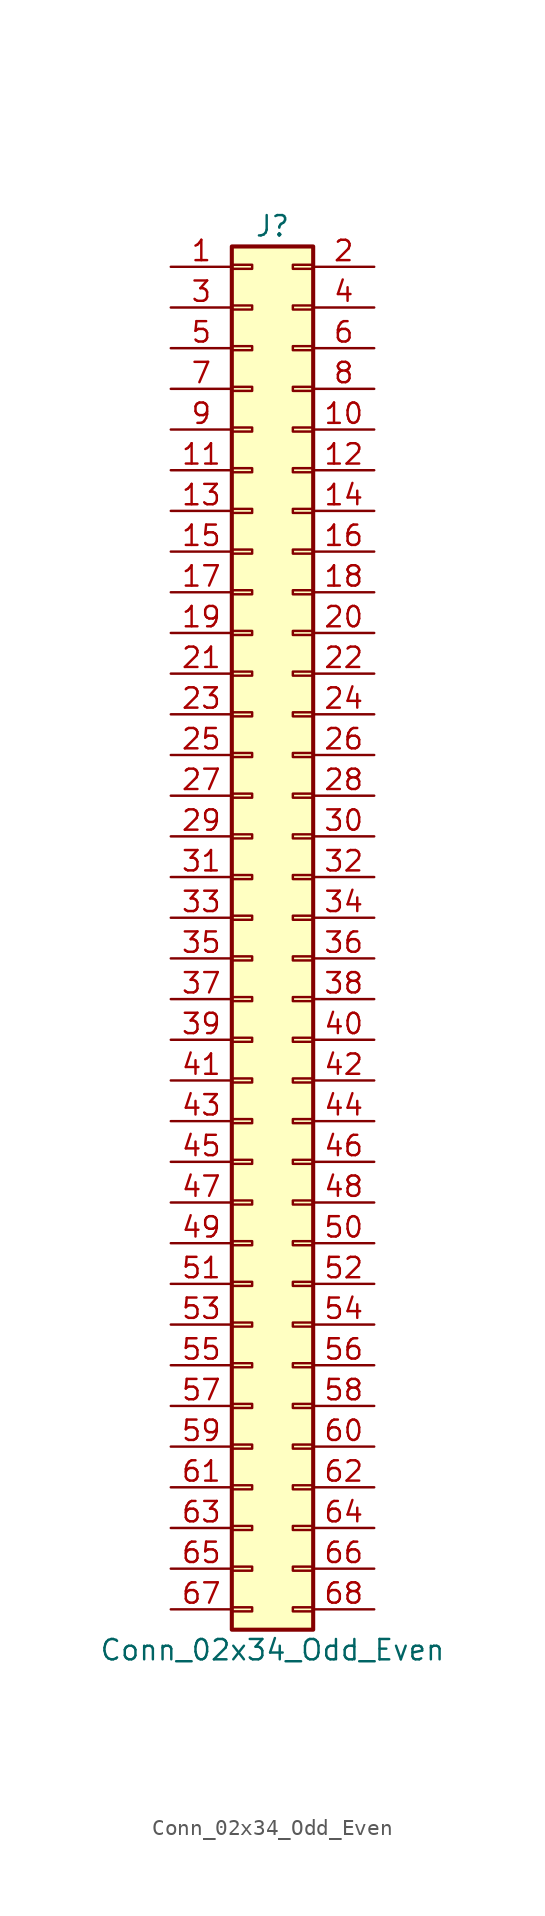
<source format=kicad_sym>
(kicad_symbol_lib
  (version 20201005)
  (generator kicad_symbol_editor)
  (symbol "Connector_Generic:Conn_02x34_Odd_Even"
    (pin_names
      (offset 1.016) hide)
    (property "Reference" "J"
      (at 1.27 43.18 0)
      (effects (font (size 1.27 1.27))))
    (property "Value" "Conn_02x34_Odd_Even"
      (at 1.27 -45.72 0)
      (effects (font (size 1.27 1.27))))
    (symbol "Conn_02x34_Odd_Even_1_1"
      (rectangle (start -1.27 -27.813) (end 0 -28.067) (stroke (width 0.152)) (fill (type none)))
      (rectangle (start -1.27 -30.353) (end 0 -30.607) (stroke (width 0.152)) (fill (type none)))
      (rectangle (start -1.27 -32.893) (end 0 -33.147) (stroke (width 0.152)) (fill (type none)))
      (rectangle (start -1.27 -35.433) (end 0 -35.687) (stroke (width 0.152)) (fill (type none)))
      (rectangle (start -1.27 -37.973) (end 0 -38.227) (stroke (width 0.152)) (fill (type none)))
      (rectangle (start -1.27 -40.513) (end 0 -40.767) (stroke (width 0.152)) (fill (type none)))
      (rectangle (start -1.27 -43.053) (end 0 -43.307) (stroke (width 0.152)) (fill (type none)))
      (rectangle (start -1.27 -4.953) (end 0 -5.207) (stroke (width 0.152)) (fill (type none)))
      (rectangle (start -1.27 -7.493) (end 0 -7.747) (stroke (width 0.152)) (fill (type none)))
      (rectangle (start -1.27 -10.033) (end 0 -10.287) (stroke (width 0.152)) (fill (type none)))
      (rectangle (start -1.27 -12.573) (end 0 -12.827) (stroke (width 0.152)) (fill (type none)))
      (rectangle (start -1.27 -15.113) (end 0 -15.367) (stroke (width 0.152)) (fill (type none)))
      (rectangle (start -1.27 -17.653) (end 0 -17.907) (stroke (width 0.152)) (fill (type none)))
      (rectangle (start -1.27 -20.193) (end 0 -20.447) (stroke (width 0.152)) (fill (type none)))
      (rectangle (start -1.27 -22.733) (end 0 -22.987) (stroke (width 0.152)) (fill (type none)))
      (rectangle (start -1.27 -2.413) (end 0 -2.667) (stroke (width 0.152)) (fill (type none)))
      (rectangle (start -1.27 -25.273) (end 0 -25.527) (stroke (width 0.152)) (fill (type none)))
      (rectangle (start -1.27 25.527) (end 0 25.273) (stroke (width 0.152)) (fill (type none)))
      (rectangle (start -1.27 2.667) (end 0 2.413) (stroke (width 0.152)) (fill (type none)))
      (rectangle (start -1.27 28.067) (end 0 27.813) (stroke (width 0.152)) (fill (type none)))
      (rectangle (start -1.27 30.607) (end 0 30.353) (stroke (width 0.152)) (fill (type none)))
      (rectangle (start -1.27 33.147) (end 0 32.893) (stroke (width 0.152)) (fill (type none)))
      (rectangle (start -1.27 35.687) (end 0 35.433) (stroke (width 0.152)) (fill (type none)))
      (rectangle (start -1.27 38.227) (end 0 37.973) (stroke (width 0.152)) (fill (type none)))
      (rectangle (start -1.27 40.767) (end 0 40.513) (stroke (width 0.152)) (fill (type none)))
      (rectangle (start -1.27 41.91) (end 3.81 -44.45) (stroke (width 0.254)) (fill (type background)))
      (rectangle (start -1.27 5.207) (end 0 4.953) (stroke (width 0.152)) (fill (type none)))
      (rectangle (start -1.27 7.747) (end 0 7.493) (stroke (width 0.152)) (fill (type none)))
      (rectangle (start -1.27 10.287) (end 0 10.033) (stroke (width 0.152)) (fill (type none)))
      (rectangle (start -1.27 0.127) (end 0 -0.127) (stroke (width 0.152)) (fill (type none)))
      (rectangle (start -1.27 12.827) (end 0 12.573) (stroke (width 0.152)) (fill (type none)))
      (rectangle (start -1.27 15.367) (end 0 15.113) (stroke (width 0.152)) (fill (type none)))
      (rectangle (start -1.27 17.907) (end 0 17.653) (stroke (width 0.152)) (fill (type none)))
      (rectangle (start -1.27 20.447) (end 0 20.193) (stroke (width 0.152)) (fill (type none)))
      (rectangle (start -1.27 22.987) (end 0 22.733) (stroke (width 0.152)) (fill (type none)))
      (rectangle (start 3.81 -27.813) (end 2.54 -28.067) (stroke (width 0.152)) (fill (type none)))
      (rectangle (start 3.81 -30.353) (end 2.54 -30.607) (stroke (width 0.152)) (fill (type none)))
      (rectangle (start 3.81 -32.893) (end 2.54 -33.147) (stroke (width 0.152)) (fill (type none)))
      (rectangle (start 3.81 -35.433) (end 2.54 -35.687) (stroke (width 0.152)) (fill (type none)))
      (rectangle (start 3.81 -37.973) (end 2.54 -38.227) (stroke (width 0.152)) (fill (type none)))
      (rectangle (start 3.81 -40.513) (end 2.54 -40.767) (stroke (width 0.152)) (fill (type none)))
      (rectangle (start 3.81 -43.053) (end 2.54 -43.307) (stroke (width 0.152)) (fill (type none)))
      (rectangle (start 3.81 -4.953) (end 2.54 -5.207) (stroke (width 0.152)) (fill (type none)))
      (rectangle (start 3.81 -7.493) (end 2.54 -7.747) (stroke (width 0.152)) (fill (type none)))
      (rectangle (start 3.81 -10.033) (end 2.54 -10.287) (stroke (width 0.152)) (fill (type none)))
      (rectangle (start 3.81 -12.573) (end 2.54 -12.827) (stroke (width 0.152)) (fill (type none)))
      (rectangle (start 3.81 -15.113) (end 2.54 -15.367) (stroke (width 0.152)) (fill (type none)))
      (rectangle (start 3.81 -17.653) (end 2.54 -17.907) (stroke (width 0.152)) (fill (type none)))
      (rectangle (start 3.81 -20.193) (end 2.54 -20.447) (stroke (width 0.152)) (fill (type none)))
      (rectangle (start 3.81 -22.733) (end 2.54 -22.987) (stroke (width 0.152)) (fill (type none)))
      (rectangle (start 3.81 -2.413) (end 2.54 -2.667) (stroke (width 0.152)) (fill (type none)))
      (rectangle (start 3.81 -25.273) (end 2.54 -25.527) (stroke (width 0.152)) (fill (type none)))
      (rectangle (start 3.81 25.527) (end 2.54 25.273) (stroke (width 0.152)) (fill (type none)))
      (rectangle (start 3.81 2.667) (end 2.54 2.413) (stroke (width 0.152)) (fill (type none)))
      (rectangle (start 3.81 28.067) (end 2.54 27.813) (stroke (width 0.152)) (fill (type none)))
      (rectangle (start 3.81 30.607) (end 2.54 30.353) (stroke (width 0.152)) (fill (type none)))
      (rectangle (start 3.81 33.147) (end 2.54 32.893) (stroke (width 0.152)) (fill (type none)))
      (rectangle (start 3.81 35.687) (end 2.54 35.433) (stroke (width 0.152)) (fill (type none)))
      (rectangle (start 3.81 38.227) (end 2.54 37.973) (stroke (width 0.152)) (fill (type none)))
      (rectangle (start 3.81 40.767) (end 2.54 40.513) (stroke (width 0.152)) (fill (type none)))
      (rectangle (start 3.81 5.207) (end 2.54 4.953) (stroke (width 0.152)) (fill (type none)))
      (rectangle (start 3.81 7.747) (end 2.54 7.493) (stroke (width 0.152)) (fill (type none)))
      (rectangle (start 3.81 10.287) (end 2.54 10.033) (stroke (width 0.152)) (fill (type none)))
      (rectangle (start 3.81 0.127) (end 2.54 -0.127) (stroke (width 0.152)) (fill (type none)))
      (rectangle (start 3.81 12.827) (end 2.54 12.573) (stroke (width 0.152)) (fill (type none)))
      (rectangle (start 3.81 15.367) (end 2.54 15.113) (stroke (width 0.152)) (fill (type none)))
      (rectangle (start 3.81 17.907) (end 2.54 17.653) (stroke (width 0.152)) (fill (type none)))
      (rectangle (start 3.81 20.447) (end 2.54 20.193) (stroke (width 0.152)) (fill (type none)))
      (rectangle (start 3.81 22.987) (end 2.54 22.733) (stroke (width 0.152)) (fill (type none)))
      (pin passive line (at -5.08 40.64 0) (length 3.81) (name "Pin_1" (effects (font (size 1.27 1.27)))) (number "1" (effects (font (size 1.27 1.27)))))
      (pin passive line (at 7.62 30.48 180) (length 3.81) (name "Pin_10" (effects (font (size 1.27 1.27)))) (number "10" (effects (font (size 1.27 1.27)))))
      (pin passive line (at -5.08 27.94 0) (length 3.81) (name "Pin_11" (effects (font (size 1.27 1.27)))) (number "11" (effects (font (size 1.27 1.27)))))
      (pin passive line (at 7.62 27.94 180) (length 3.81) (name "Pin_12" (effects (font (size 1.27 1.27)))) (number "12" (effects (font (size 1.27 1.27)))))
      (pin passive line (at -5.08 25.4 0) (length 3.81) (name "Pin_13" (effects (font (size 1.27 1.27)))) (number "13" (effects (font (size 1.27 1.27)))))
      (pin passive line (at 7.62 25.4 180) (length 3.81) (name "Pin_14" (effects (font (size 1.27 1.27)))) (number "14" (effects (font (size 1.27 1.27)))))
      (pin passive line (at -5.08 22.86 0) (length 3.81) (name "Pin_15" (effects (font (size 1.27 1.27)))) (number "15" (effects (font (size 1.27 1.27)))))
      (pin passive line (at 7.62 22.86 180) (length 3.81) (name "Pin_16" (effects (font (size 1.27 1.27)))) (number "16" (effects (font (size 1.27 1.27)))))
      (pin passive line (at -5.08 20.32 0) (length 3.81) (name "Pin_17" (effects (font (size 1.27 1.27)))) (number "17" (effects (font (size 1.27 1.27)))))
      (pin passive line (at 7.62 20.32 180) (length 3.81) (name "Pin_18" (effects (font (size 1.27 1.27)))) (number "18" (effects (font (size 1.27 1.27)))))
      (pin passive line (at -5.08 17.78 0) (length 3.81) (name "Pin_19" (effects (font (size 1.27 1.27)))) (number "19" (effects (font (size 1.27 1.27)))))
      (pin passive line (at 7.62 40.64 180) (length 3.81) (name "Pin_2" (effects (font (size 1.27 1.27)))) (number "2" (effects (font (size 1.27 1.27)))))
      (pin passive line (at 7.62 17.78 180) (length 3.81) (name "Pin_20" (effects (font (size 1.27 1.27)))) (number "20" (effects (font (size 1.27 1.27)))))
      (pin passive line (at -5.08 15.24 0) (length 3.81) (name "Pin_21" (effects (font (size 1.27 1.27)))) (number "21" (effects (font (size 1.27 1.27)))))
      (pin passive line (at 7.62 15.24 180) (length 3.81) (name "Pin_22" (effects (font (size 1.27 1.27)))) (number "22" (effects (font (size 1.27 1.27)))))
      (pin passive line (at -5.08 12.7 0) (length 3.81) (name "Pin_23" (effects (font (size 1.27 1.27)))) (number "23" (effects (font (size 1.27 1.27)))))
      (pin passive line (at 7.62 12.7 180) (length 3.81) (name "Pin_24" (effects (font (size 1.27 1.27)))) (number "24" (effects (font (size 1.27 1.27)))))
      (pin passive line (at -5.08 10.16 0) (length 3.81) (name "Pin_25" (effects (font (size 1.27 1.27)))) (number "25" (effects (font (size 1.27 1.27)))))
      (pin passive line (at 7.62 10.16 180) (length 3.81) (name "Pin_26" (effects (font (size 1.27 1.27)))) (number "26" (effects (font (size 1.27 1.27)))))
      (pin passive line (at -5.08 7.62 0) (length 3.81) (name "Pin_27" (effects (font (size 1.27 1.27)))) (number "27" (effects (font (size 1.27 1.27)))))
      (pin passive line (at 7.62 7.62 180) (length 3.81) (name "Pin_28" (effects (font (size 1.27 1.27)))) (number "28" (effects (font (size 1.27 1.27)))))
      (pin passive line (at -5.08 5.08 0) (length 3.81) (name "Pin_29" (effects (font (size 1.27 1.27)))) (number "29" (effects (font (size 1.27 1.27)))))
      (pin passive line (at -5.08 38.1 0) (length 3.81) (name "Pin_3" (effects (font (size 1.27 1.27)))) (number "3" (effects (font (size 1.27 1.27)))))
      (pin passive line (at 7.62 5.08 180) (length 3.81) (name "Pin_30" (effects (font (size 1.27 1.27)))) (number "30" (effects (font (size 1.27 1.27)))))
      (pin passive line (at -5.08 2.54 0) (length 3.81) (name "Pin_31" (effects (font (size 1.27 1.27)))) (number "31" (effects (font (size 1.27 1.27)))))
      (pin passive line (at 7.62 2.54 180) (length 3.81) (name "Pin_32" (effects (font (size 1.27 1.27)))) (number "32" (effects (font (size 1.27 1.27)))))
      (pin passive line (at -5.08 0 0) (length 3.81) (name "Pin_33" (effects (font (size 1.27 1.27)))) (number "33" (effects (font (size 1.27 1.27)))))
      (pin passive line (at 7.62 0 180) (length 3.81) (name "Pin_34" (effects (font (size 1.27 1.27)))) (number "34" (effects (font (size 1.27 1.27)))))
      (pin passive line (at -5.08 -2.54 0) (length 3.81) (name "Pin_35" (effects (font (size 1.27 1.27)))) (number "35" (effects (font (size 1.27 1.27)))))
      (pin passive line (at 7.62 -2.54 180) (length 3.81) (name "Pin_36" (effects (font (size 1.27 1.27)))) (number "36" (effects (font (size 1.27 1.27)))))
      (pin passive line (at -5.08 -5.08 0) (length 3.81) (name "Pin_37" (effects (font (size 1.27 1.27)))) (number "37" (effects (font (size 1.27 1.27)))))
      (pin passive line (at 7.62 -5.08 180) (length 3.81) (name "Pin_38" (effects (font (size 1.27 1.27)))) (number "38" (effects (font (size 1.27 1.27)))))
      (pin passive line (at -5.08 -7.62 0) (length 3.81) (name "Pin_39" (effects (font (size 1.27 1.27)))) (number "39" (effects (font (size 1.27 1.27)))))
      (pin passive line (at 7.62 38.1 180) (length 3.81) (name "Pin_4" (effects (font (size 1.27 1.27)))) (number "4" (effects (font (size 1.27 1.27)))))
      (pin passive line (at 7.62 -7.62 180) (length 3.81) (name "Pin_40" (effects (font (size 1.27 1.27)))) (number "40" (effects (font (size 1.27 1.27)))))
      (pin passive line (at -5.08 -10.16 0) (length 3.81) (name "Pin_41" (effects (font (size 1.27 1.27)))) (number "41" (effects (font (size 1.27 1.27)))))
      (pin passive line (at 7.62 -10.16 180) (length 3.81) (name "Pin_42" (effects (font (size 1.27 1.27)))) (number "42" (effects (font (size 1.27 1.27)))))
      (pin passive line (at -5.08 -12.7 0) (length 3.81) (name "Pin_43" (effects (font (size 1.27 1.27)))) (number "43" (effects (font (size 1.27 1.27)))))
      (pin passive line (at 7.62 -12.7 180) (length 3.81) (name "Pin_44" (effects (font (size 1.27 1.27)))) (number "44" (effects (font (size 1.27 1.27)))))
      (pin passive line (at -5.08 -15.24 0) (length 3.81) (name "Pin_45" (effects (font (size 1.27 1.27)))) (number "45" (effects (font (size 1.27 1.27)))))
      (pin passive line (at 7.62 -15.24 180) (length 3.81) (name "Pin_46" (effects (font (size 1.27 1.27)))) (number "46" (effects (font (size 1.27 1.27)))))
      (pin passive line (at -5.08 -17.78 0) (length 3.81) (name "Pin_47" (effects (font (size 1.27 1.27)))) (number "47" (effects (font (size 1.27 1.27)))))
      (pin passive line (at 7.62 -17.78 180) (length 3.81) (name "Pin_48" (effects (font (size 1.27 1.27)))) (number "48" (effects (font (size 1.27 1.27)))))
      (pin passive line (at -5.08 -20.32 0) (length 3.81) (name "Pin_49" (effects (font (size 1.27 1.27)))) (number "49" (effects (font (size 1.27 1.27)))))
      (pin passive line (at -5.08 35.56 0) (length 3.81) (name "Pin_5" (effects (font (size 1.27 1.27)))) (number "5" (effects (font (size 1.27 1.27)))))
      (pin passive line (at 7.62 -20.32 180) (length 3.81) (name "Pin_50" (effects (font (size 1.27 1.27)))) (number "50" (effects (font (size 1.27 1.27)))))
      (pin passive line (at -5.08 -22.86 0) (length 3.81) (name "Pin_51" (effects (font (size 1.27 1.27)))) (number "51" (effects (font (size 1.27 1.27)))))
      (pin passive line (at 7.62 -22.86 180) (length 3.81) (name "Pin_52" (effects (font (size 1.27 1.27)))) (number "52" (effects (font (size 1.27 1.27)))))
      (pin passive line (at -5.08 -25.4 0) (length 3.81) (name "Pin_53" (effects (font (size 1.27 1.27)))) (number "53" (effects (font (size 1.27 1.27)))))
      (pin passive line (at 7.62 -25.4 180) (length 3.81) (name "Pin_54" (effects (font (size 1.27 1.27)))) (number "54" (effects (font (size 1.27 1.27)))))
      (pin passive line (at -5.08 -27.94 0) (length 3.81) (name "Pin_55" (effects (font (size 1.27 1.27)))) (number "55" (effects (font (size 1.27 1.27)))))
      (pin passive line (at 7.62 -27.94 180) (length 3.81) (name "Pin_56" (effects (font (size 1.27 1.27)))) (number "56" (effects (font (size 1.27 1.27)))))
      (pin passive line (at -5.08 -30.48 0) (length 3.81) (name "Pin_57" (effects (font (size 1.27 1.27)))) (number "57" (effects (font (size 1.27 1.27)))))
      (pin passive line (at 7.62 -30.48 180) (length 3.81) (name "Pin_58" (effects (font (size 1.27 1.27)))) (number "58" (effects (font (size 1.27 1.27)))))
      (pin passive line (at -5.08 -33.02 0) (length 3.81) (name "Pin_59" (effects (font (size 1.27 1.27)))) (number "59" (effects (font (size 1.27 1.27)))))
      (pin passive line (at 7.62 35.56 180) (length 3.81) (name "Pin_6" (effects (font (size 1.27 1.27)))) (number "6" (effects (font (size 1.27 1.27)))))
      (pin passive line (at 7.62 -33.02 180) (length 3.81) (name "Pin_60" (effects (font (size 1.27 1.27)))) (number "60" (effects (font (size 1.27 1.27)))))
      (pin passive line (at -5.08 -35.56 0) (length 3.81) (name "Pin_61" (effects (font (size 1.27 1.27)))) (number "61" (effects (font (size 1.27 1.27)))))
      (pin passive line (at 7.62 -35.56 180) (length 3.81) (name "Pin_62" (effects (font (size 1.27 1.27)))) (number "62" (effects (font (size 1.27 1.27)))))
      (pin passive line (at -5.08 -38.1 0) (length 3.81) (name "Pin_63" (effects (font (size 1.27 1.27)))) (number "63" (effects (font (size 1.27 1.27)))))
      (pin passive line (at 7.62 -38.1 180) (length 3.81) (name "Pin_64" (effects (font (size 1.27 1.27)))) (number "64" (effects (font (size 1.27 1.27)))))
      (pin passive line (at -5.08 -40.64 0) (length 3.81) (name "Pin_65" (effects (font (size 1.27 1.27)))) (number "65" (effects (font (size 1.27 1.27)))))
      (pin passive line (at 7.62 -40.64 180) (length 3.81) (name "Pin_66" (effects (font (size 1.27 1.27)))) (number "66" (effects (font (size 1.27 1.27)))))
      (pin passive line (at -5.08 -43.18 0) (length 3.81) (name "Pin_67" (effects (font (size 1.27 1.27)))) (number "67" (effects (font (size 1.27 1.27)))))
      (pin passive line (at 7.62 -43.18 180) (length 3.81) (name "Pin_68" (effects (font (size 1.27 1.27)))) (number "68" (effects (font (size 1.27 1.27)))))
      (pin passive line (at -5.08 33.02 0) (length 3.81) (name "Pin_7" (effects (font (size 1.27 1.27)))) (number "7" (effects (font (size 1.27 1.27)))))
      (pin passive line (at 7.62 33.02 180) (length 3.81) (name "Pin_8" (effects (font (size 1.27 1.27)))) (number "8" (effects (font (size 1.27 1.27)))))
      (pin passive line (at -5.08 30.48 0) (length 3.81) (name "Pin_9" (effects (font (size 1.27 1.27)))) (number "9" (effects (font (size 1.27 1.27))))))))
</source>
